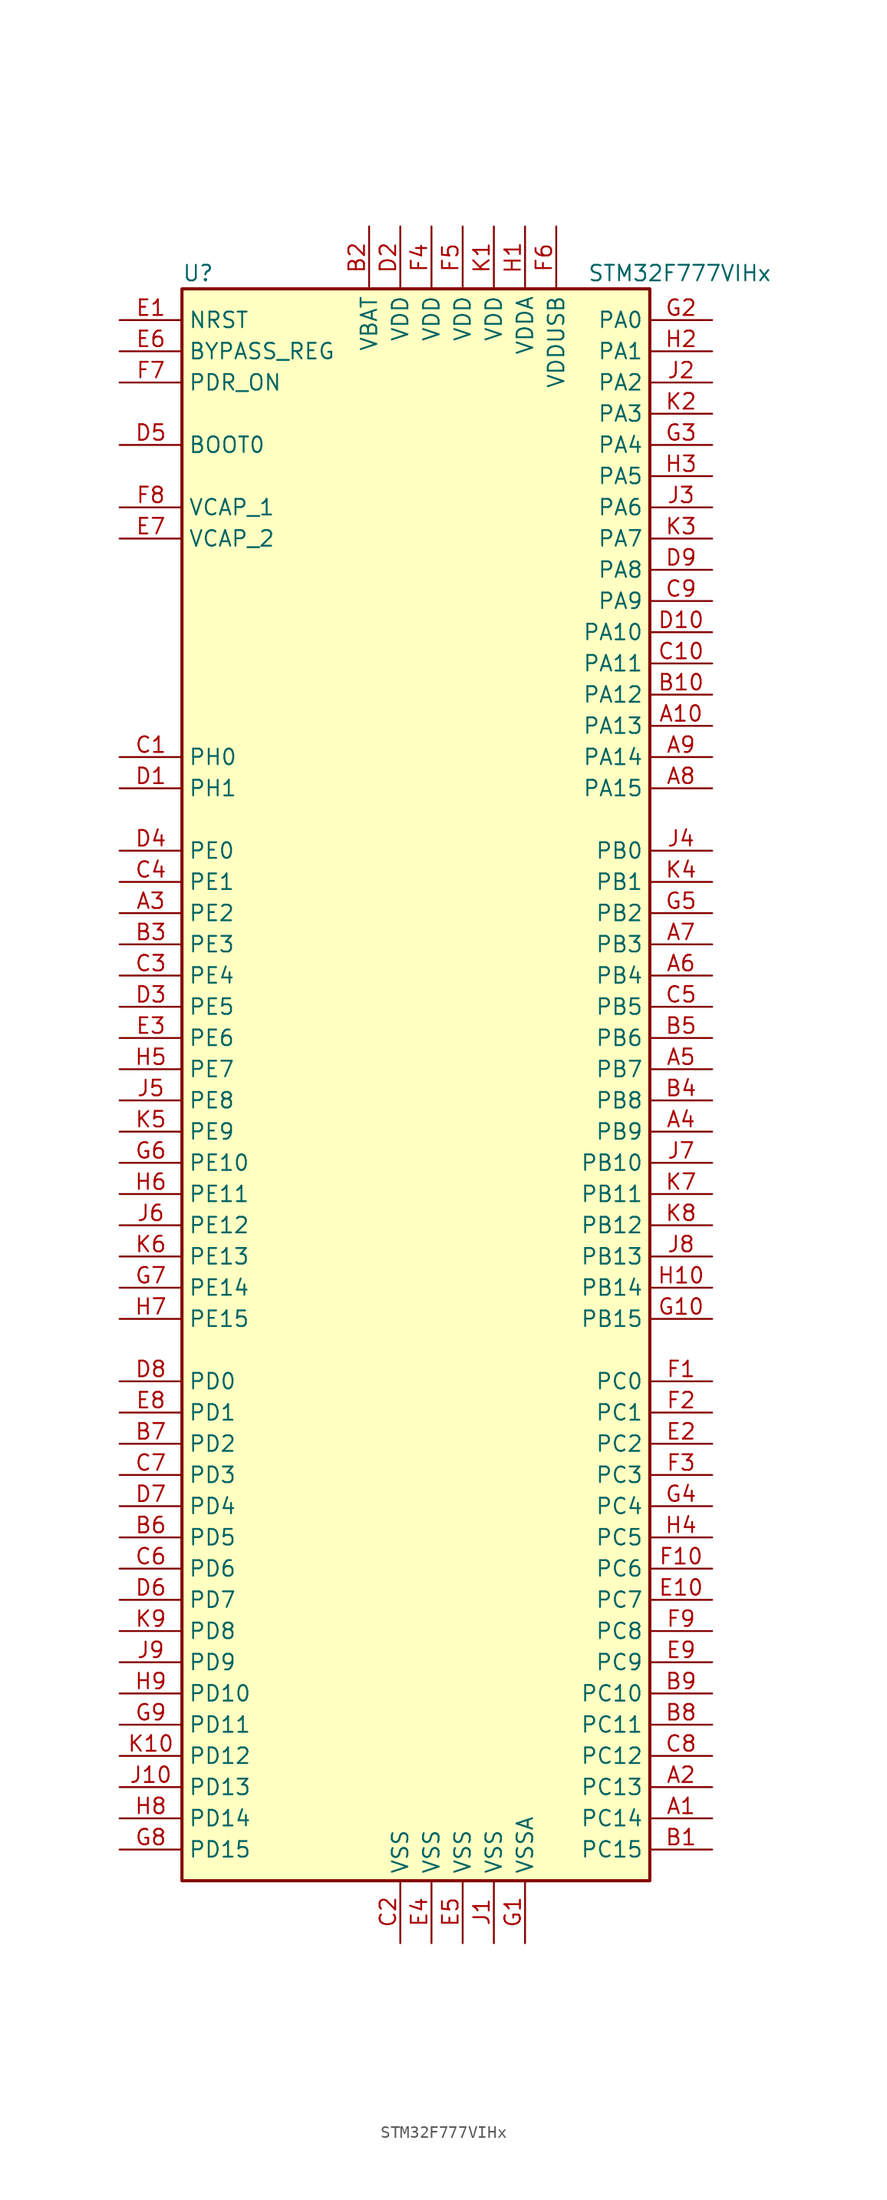
<source format=kicad_sym>
(kicad_symbol_lib
  (version 20211014)
  (generator kicad_symbol_editor)
  (symbol "STM32F777VIHx"
    (property "Reference" "U"
      (at -20.32 64.77 0)
      (effects (font (size 1.27 1.27)) (justify left)))
    (property "Value" "STM32F777VIHx"
      (at 12.7 64.77 0)
      (effects (font (size 1.27 1.27)) (justify left)))
    (symbol "STM32F777VIHx_0_1"
      (rectangle (start -20.32 -66.04) (end 17.78 63.5) (stroke (width 0.254) (type default) (color 0 0 0 0)) (fill (type background))))
    (symbol "STM32F777VIHx_1_1"
      (pin bidirectional line (at 22.86 -60.96 180) (length 5.08) (name "PC14" (effects (font (size 1.27 1.27)))) (number "A1" (effects (font (size 1.27 1.27)))))
      (pin bidirectional line (at 22.86 27.94 180) (length 5.08) (name "PA13" (effects (font (size 1.27 1.27)))) (number "A10" (effects (font (size 1.27 1.27)))))
      (pin bidirectional line (at 22.86 -58.42 180) (length 5.08) (name "PC13" (effects (font (size 1.27 1.27)))) (number "A2" (effects (font (size 1.27 1.27)))))
      (pin bidirectional line (at -25.4 12.7 0) (length 5.08) (name "PE2" (effects (font (size 1.27 1.27)))) (number "A3" (effects (font (size 1.27 1.27)))))
      (pin bidirectional line (at 22.86 -5.08 180) (length 5.08) (name "PB9" (effects (font (size 1.27 1.27)))) (number "A4" (effects (font (size 1.27 1.27)))))
      (pin bidirectional line (at 22.86 0 180) (length 5.08) (name "PB7" (effects (font (size 1.27 1.27)))) (number "A5" (effects (font (size 1.27 1.27)))))
      (pin bidirectional line (at 22.86 7.62 180) (length 5.08) (name "PB4" (effects (font (size 1.27 1.27)))) (number "A6" (effects (font (size 1.27 1.27)))))
      (pin bidirectional line (at 22.86 10.16 180) (length 5.08) (name "PB3" (effects (font (size 1.27 1.27)))) (number "A7" (effects (font (size 1.27 1.27)))))
      (pin bidirectional line (at 22.86 22.86 180) (length 5.08) (name "PA15" (effects (font (size 1.27 1.27)))) (number "A8" (effects (font (size 1.27 1.27)))))
      (pin bidirectional line (at 22.86 25.4 180) (length 5.08) (name "PA14" (effects (font (size 1.27 1.27)))) (number "A9" (effects (font (size 1.27 1.27)))))
      (pin bidirectional line (at 22.86 -63.5 180) (length 5.08) (name "PC15" (effects (font (size 1.27 1.27)))) (number "B1" (effects (font (size 1.27 1.27)))))
      (pin bidirectional line (at 22.86 30.48 180) (length 5.08) (name "PA12" (effects (font (size 1.27 1.27)))) (number "B10" (effects (font (size 1.27 1.27)))))
      (pin power_in line (at -5.08 68.58 270) (length 5.08) (name "VBAT" (effects (font (size 1.27 1.27)))) (number "B2" (effects (font (size 1.27 1.27)))))
      (pin bidirectional line (at -25.4 10.16 0) (length 5.08) (name "PE3" (effects (font (size 1.27 1.27)))) (number "B3" (effects (font (size 1.27 1.27)))))
      (pin bidirectional line (at 22.86 -2.54 180) (length 5.08) (name "PB8" (effects (font (size 1.27 1.27)))) (number "B4" (effects (font (size 1.27 1.27)))))
      (pin bidirectional line (at 22.86 2.54 180) (length 5.08) (name "PB6" (effects (font (size 1.27 1.27)))) (number "B5" (effects (font (size 1.27 1.27)))))
      (pin bidirectional line (at -25.4 -38.1 0) (length 5.08) (name "PD5" (effects (font (size 1.27 1.27)))) (number "B6" (effects (font (size 1.27 1.27)))))
      (pin bidirectional line (at -25.4 -30.48 0) (length 5.08) (name "PD2" (effects (font (size 1.27 1.27)))) (number "B7" (effects (font (size 1.27 1.27)))))
      (pin bidirectional line (at 22.86 -53.34 180) (length 5.08) (name "PC11" (effects (font (size 1.27 1.27)))) (number "B8" (effects (font (size 1.27 1.27)))))
      (pin bidirectional line (at 22.86 -50.8 180) (length 5.08) (name "PC10" (effects (font (size 1.27 1.27)))) (number "B9" (effects (font (size 1.27 1.27)))))
      (pin input line (at -25.4 25.4 0) (length 5.08) (name "PH0" (effects (font (size 1.27 1.27)))) (number "C1" (effects (font (size 1.27 1.27)))))
      (pin bidirectional line (at 22.86 33.02 180) (length 5.08) (name "PA11" (effects (font (size 1.27 1.27)))) (number "C10" (effects (font (size 1.27 1.27)))))
      (pin power_in line (at -2.54 -71.12 90) (length 5.08) (name "VSS" (effects (font (size 1.27 1.27)))) (number "C2" (effects (font (size 1.27 1.27)))))
      (pin bidirectional line (at -25.4 7.62 0) (length 5.08) (name "PE4" (effects (font (size 1.27 1.27)))) (number "C3" (effects (font (size 1.27 1.27)))))
      (pin bidirectional line (at -25.4 15.24 0) (length 5.08) (name "PE1" (effects (font (size 1.27 1.27)))) (number "C4" (effects (font (size 1.27 1.27)))))
      (pin bidirectional line (at 22.86 5.08 180) (length 5.08) (name "PB5" (effects (font (size 1.27 1.27)))) (number "C5" (effects (font (size 1.27 1.27)))))
      (pin bidirectional line (at -25.4 -40.64 0) (length 5.08) (name "PD6" (effects (font (size 1.27 1.27)))) (number "C6" (effects (font (size 1.27 1.27)))))
      (pin bidirectional line (at -25.4 -33.02 0) (length 5.08) (name "PD3" (effects (font (size 1.27 1.27)))) (number "C7" (effects (font (size 1.27 1.27)))))
      (pin bidirectional line (at 22.86 -55.88 180) (length 5.08) (name "PC12" (effects (font (size 1.27 1.27)))) (number "C8" (effects (font (size 1.27 1.27)))))
      (pin bidirectional line (at 22.86 38.1 180) (length 5.08) (name "PA9" (effects (font (size 1.27 1.27)))) (number "C9" (effects (font (size 1.27 1.27)))))
      (pin input line (at -25.4 22.86 0) (length 5.08) (name "PH1" (effects (font (size 1.27 1.27)))) (number "D1" (effects (font (size 1.27 1.27)))))
      (pin bidirectional line (at 22.86 35.56 180) (length 5.08) (name "PA10" (effects (font (size 1.27 1.27)))) (number "D10" (effects (font (size 1.27 1.27)))))
      (pin power_in line (at -2.54 68.58 270) (length 5.08) (name "VDD" (effects (font (size 1.27 1.27)))) (number "D2" (effects (font (size 1.27 1.27)))))
      (pin bidirectional line (at -25.4 5.08 0) (length 5.08) (name "PE5" (effects (font (size 1.27 1.27)))) (number "D3" (effects (font (size 1.27 1.27)))))
      (pin bidirectional line (at -25.4 17.78 0) (length 5.08) (name "PE0" (effects (font (size 1.27 1.27)))) (number "D4" (effects (font (size 1.27 1.27)))))
      (pin input line (at -25.4 50.8 0) (length 5.08) (name "BOOT0" (effects (font (size 1.27 1.27)))) (number "D5" (effects (font (size 1.27 1.27)))))
      (pin bidirectional line (at -25.4 -43.18 0) (length 5.08) (name "PD7" (effects (font (size 1.27 1.27)))) (number "D6" (effects (font (size 1.27 1.27)))))
      (pin bidirectional line (at -25.4 -35.56 0) (length 5.08) (name "PD4" (effects (font (size 1.27 1.27)))) (number "D7" (effects (font (size 1.27 1.27)))))
      (pin bidirectional line (at -25.4 -25.4 0) (length 5.08) (name "PD0" (effects (font (size 1.27 1.27)))) (number "D8" (effects (font (size 1.27 1.27)))))
      (pin bidirectional line (at 22.86 40.64 180) (length 5.08) (name "PA8" (effects (font (size 1.27 1.27)))) (number "D9" (effects (font (size 1.27 1.27)))))
      (pin input line (at -25.4 60.96 0) (length 5.08) (name "NRST" (effects (font (size 1.27 1.27)))) (number "E1" (effects (font (size 1.27 1.27)))))
      (pin bidirectional line (at 22.86 -43.18 180) (length 5.08) (name "PC7" (effects (font (size 1.27 1.27)))) (number "E10" (effects (font (size 1.27 1.27)))))
      (pin bidirectional line (at 22.86 -30.48 180) (length 5.08) (name "PC2" (effects (font (size 1.27 1.27)))) (number "E2" (effects (font (size 1.27 1.27)))))
      (pin bidirectional line (at -25.4 2.54 0) (length 5.08) (name "PE6" (effects (font (size 1.27 1.27)))) (number "E3" (effects (font (size 1.27 1.27)))))
      (pin power_in line (at 0 -71.12 90) (length 5.08) (name "VSS" (effects (font (size 1.27 1.27)))) (number "E4" (effects (font (size 1.27 1.27)))))
      (pin power_in line (at 2.54 -71.12 90) (length 5.08) (name "VSS" (effects (font (size 1.27 1.27)))) (number "E5" (effects (font (size 1.27 1.27)))))
      (pin input line (at -25.4 58.42 0) (length 5.08) (name "BYPASS_REG" (effects (font (size 1.27 1.27)))) (number "E6" (effects (font (size 1.27 1.27)))))
      (pin power_in line (at -25.4 43.18 0) (length 5.08) (name "VCAP_2" (effects (font (size 1.27 1.27)))) (number "E7" (effects (font (size 1.27 1.27)))))
      (pin bidirectional line (at -25.4 -27.94 0) (length 5.08) (name "PD1" (effects (font (size 1.27 1.27)))) (number "E8" (effects (font (size 1.27 1.27)))))
      (pin bidirectional line (at 22.86 -48.26 180) (length 5.08) (name "PC9" (effects (font (size 1.27 1.27)))) (number "E9" (effects (font (size 1.27 1.27)))))
      (pin bidirectional line (at 22.86 -25.4 180) (length 5.08) (name "PC0" (effects (font (size 1.27 1.27)))) (number "F1" (effects (font (size 1.27 1.27)))))
      (pin bidirectional line (at 22.86 -40.64 180) (length 5.08) (name "PC6" (effects (font (size 1.27 1.27)))) (number "F10" (effects (font (size 1.27 1.27)))))
      (pin bidirectional line (at 22.86 -27.94 180) (length 5.08) (name "PC1" (effects (font (size 1.27 1.27)))) (number "F2" (effects (font (size 1.27 1.27)))))
      (pin bidirectional line (at 22.86 -33.02 180) (length 5.08) (name "PC3" (effects (font (size 1.27 1.27)))) (number "F3" (effects (font (size 1.27 1.27)))))
      (pin power_in line (at 0 68.58 270) (length 5.08) (name "VDD" (effects (font (size 1.27 1.27)))) (number "F4" (effects (font (size 1.27 1.27)))))
      (pin power_in line (at 2.54 68.58 270) (length 5.08) (name "VDD" (effects (font (size 1.27 1.27)))) (number "F5" (effects (font (size 1.27 1.27)))))
      (pin power_in line (at 10.16 68.58 270) (length 5.08) (name "VDDUSB" (effects (font (size 1.27 1.27)))) (number "F6" (effects (font (size 1.27 1.27)))))
      (pin input line (at -25.4 55.88 0) (length 5.08) (name "PDR_ON" (effects (font (size 1.27 1.27)))) (number "F7" (effects (font (size 1.27 1.27)))))
      (pin power_in line (at -25.4 45.72 0) (length 5.08) (name "VCAP_1" (effects (font (size 1.27 1.27)))) (number "F8" (effects (font (size 1.27 1.27)))))
      (pin bidirectional line (at 22.86 -45.72 180) (length 5.08) (name "PC8" (effects (font (size 1.27 1.27)))) (number "F9" (effects (font (size 1.27 1.27)))))
      (pin power_in line (at 7.62 -71.12 90) (length 5.08) (name "VSSA" (effects (font (size 1.27 1.27)))) (number "G1" (effects (font (size 1.27 1.27)))))
      (pin bidirectional line (at 22.86 -20.32 180) (length 5.08) (name "PB15" (effects (font (size 1.27 1.27)))) (number "G10" (effects (font (size 1.27 1.27)))))
      (pin bidirectional line (at 22.86 60.96 180) (length 5.08) (name "PA0" (effects (font (size 1.27 1.27)))) (number "G2" (effects (font (size 1.27 1.27)))))
      (pin bidirectional line (at 22.86 50.8 180) (length 5.08) (name "PA4" (effects (font (size 1.27 1.27)))) (number "G3" (effects (font (size 1.27 1.27)))))
      (pin bidirectional line (at 22.86 -35.56 180) (length 5.08) (name "PC4" (effects (font (size 1.27 1.27)))) (number "G4" (effects (font (size 1.27 1.27)))))
      (pin bidirectional line (at 22.86 12.7 180) (length 5.08) (name "PB2" (effects (font (size 1.27 1.27)))) (number "G5" (effects (font (size 1.27 1.27)))))
      (pin bidirectional line (at -25.4 -7.62 0) (length 5.08) (name "PE10" (effects (font (size 1.27 1.27)))) (number "G6" (effects (font (size 1.27 1.27)))))
      (pin bidirectional line (at -25.4 -17.78 0) (length 5.08) (name "PE14" (effects (font (size 1.27 1.27)))) (number "G7" (effects (font (size 1.27 1.27)))))
      (pin bidirectional line (at -25.4 -63.5 0) (length 5.08) (name "PD15" (effects (font (size 1.27 1.27)))) (number "G8" (effects (font (size 1.27 1.27)))))
      (pin bidirectional line (at -25.4 -53.34 0) (length 5.08) (name "PD11" (effects (font (size 1.27 1.27)))) (number "G9" (effects (font (size 1.27 1.27)))))
      (pin power_in line (at 7.62 68.58 270) (length 5.08) (name "VDDA" (effects (font (size 1.27 1.27)))) (number "H1" (effects (font (size 1.27 1.27)))))
      (pin bidirectional line (at 22.86 -17.78 180) (length 5.08) (name "PB14" (effects (font (size 1.27 1.27)))) (number "H10" (effects (font (size 1.27 1.27)))))
      (pin bidirectional line (at 22.86 58.42 180) (length 5.08) (name "PA1" (effects (font (size 1.27 1.27)))) (number "H2" (effects (font (size 1.27 1.27)))))
      (pin bidirectional line (at 22.86 48.26 180) (length 5.08) (name "PA5" (effects (font (size 1.27 1.27)))) (number "H3" (effects (font (size 1.27 1.27)))))
      (pin bidirectional line (at 22.86 -38.1 180) (length 5.08) (name "PC5" (effects (font (size 1.27 1.27)))) (number "H4" (effects (font (size 1.27 1.27)))))
      (pin bidirectional line (at -25.4 0 0) (length 5.08) (name "PE7" (effects (font (size 1.27 1.27)))) (number "H5" (effects (font (size 1.27 1.27)))))
      (pin bidirectional line (at -25.4 -10.16 0) (length 5.08) (name "PE11" (effects (font (size 1.27 1.27)))) (number "H6" (effects (font (size 1.27 1.27)))))
      (pin bidirectional line (at -25.4 -20.32 0) (length 5.08) (name "PE15" (effects (font (size 1.27 1.27)))) (number "H7" (effects (font (size 1.27 1.27)))))
      (pin bidirectional line (at -25.4 -60.96 0) (length 5.08) (name "PD14" (effects (font (size 1.27 1.27)))) (number "H8" (effects (font (size 1.27 1.27)))))
      (pin bidirectional line (at -25.4 -50.8 0) (length 5.08) (name "PD10" (effects (font (size 1.27 1.27)))) (number "H9" (effects (font (size 1.27 1.27)))))
      (pin power_in line (at 5.08 -71.12 90) (length 5.08) (name "VSS" (effects (font (size 1.27 1.27)))) (number "J1" (effects (font (size 1.27 1.27)))))
      (pin bidirectional line (at -25.4 -58.42 0) (length 5.08) (name "PD13" (effects (font (size 1.27 1.27)))) (number "J10" (effects (font (size 1.27 1.27)))))
      (pin bidirectional line (at 22.86 55.88 180) (length 5.08) (name "PA2" (effects (font (size 1.27 1.27)))) (number "J2" (effects (font (size 1.27 1.27)))))
      (pin bidirectional line (at 22.86 45.72 180) (length 5.08) (name "PA6" (effects (font (size 1.27 1.27)))) (number "J3" (effects (font (size 1.27 1.27)))))
      (pin bidirectional line (at 22.86 17.78 180) (length 5.08) (name "PB0" (effects (font (size 1.27 1.27)))) (number "J4" (effects (font (size 1.27 1.27)))))
      (pin bidirectional line (at -25.4 -2.54 0) (length 5.08) (name "PE8" (effects (font (size 1.27 1.27)))) (number "J5" (effects (font (size 1.27 1.27)))))
      (pin bidirectional line (at -25.4 -12.7 0) (length 5.08) (name "PE12" (effects (font (size 1.27 1.27)))) (number "J6" (effects (font (size 1.27 1.27)))))
      (pin bidirectional line (at 22.86 -7.62 180) (length 5.08) (name "PB10" (effects (font (size 1.27 1.27)))) (number "J7" (effects (font (size 1.27 1.27)))))
      (pin bidirectional line (at 22.86 -15.24 180) (length 5.08) (name "PB13" (effects (font (size 1.27 1.27)))) (number "J8" (effects (font (size 1.27 1.27)))))
      (pin bidirectional line (at -25.4 -48.26 0) (length 5.08) (name "PD9" (effects (font (size 1.27 1.27)))) (number "J9" (effects (font (size 1.27 1.27)))))
      (pin power_in line (at 5.08 68.58 270) (length 5.08) (name "VDD" (effects (font (size 1.27 1.27)))) (number "K1" (effects (font (size 1.27 1.27)))))
      (pin bidirectional line (at -25.4 -55.88 0) (length 5.08) (name "PD12" (effects (font (size 1.27 1.27)))) (number "K10" (effects (font (size 1.27 1.27)))))
      (pin bidirectional line (at 22.86 53.34 180) (length 5.08) (name "PA3" (effects (font (size 1.27 1.27)))) (number "K2" (effects (font (size 1.27 1.27)))))
      (pin bidirectional line (at 22.86 43.18 180) (length 5.08) (name "PA7" (effects (font (size 1.27 1.27)))) (number "K3" (effects (font (size 1.27 1.27)))))
      (pin bidirectional line (at 22.86 15.24 180) (length 5.08) (name "PB1" (effects (font (size 1.27 1.27)))) (number "K4" (effects (font (size 1.27 1.27)))))
      (pin bidirectional line (at -25.4 -5.08 0) (length 5.08) (name "PE9" (effects (font (size 1.27 1.27)))) (number "K5" (effects (font (size 1.27 1.27)))))
      (pin bidirectional line (at -25.4 -15.24 0) (length 5.08) (name "PE13" (effects (font (size 1.27 1.27)))) (number "K6" (effects (font (size 1.27 1.27)))))
      (pin bidirectional line (at 22.86 -10.16 180) (length 5.08) (name "PB11" (effects (font (size 1.27 1.27)))) (number "K7" (effects (font (size 1.27 1.27)))))
      (pin bidirectional line (at 22.86 -12.7 180) (length 5.08) (name "PB12" (effects (font (size 1.27 1.27)))) (number "K8" (effects (font (size 1.27 1.27)))))
      (pin bidirectional line (at -25.4 -45.72 0) (length 5.08) (name "PD8" (effects (font (size 1.27 1.27)))) (number "K9" (effects (font (size 1.27 1.27))))))))
</source>
